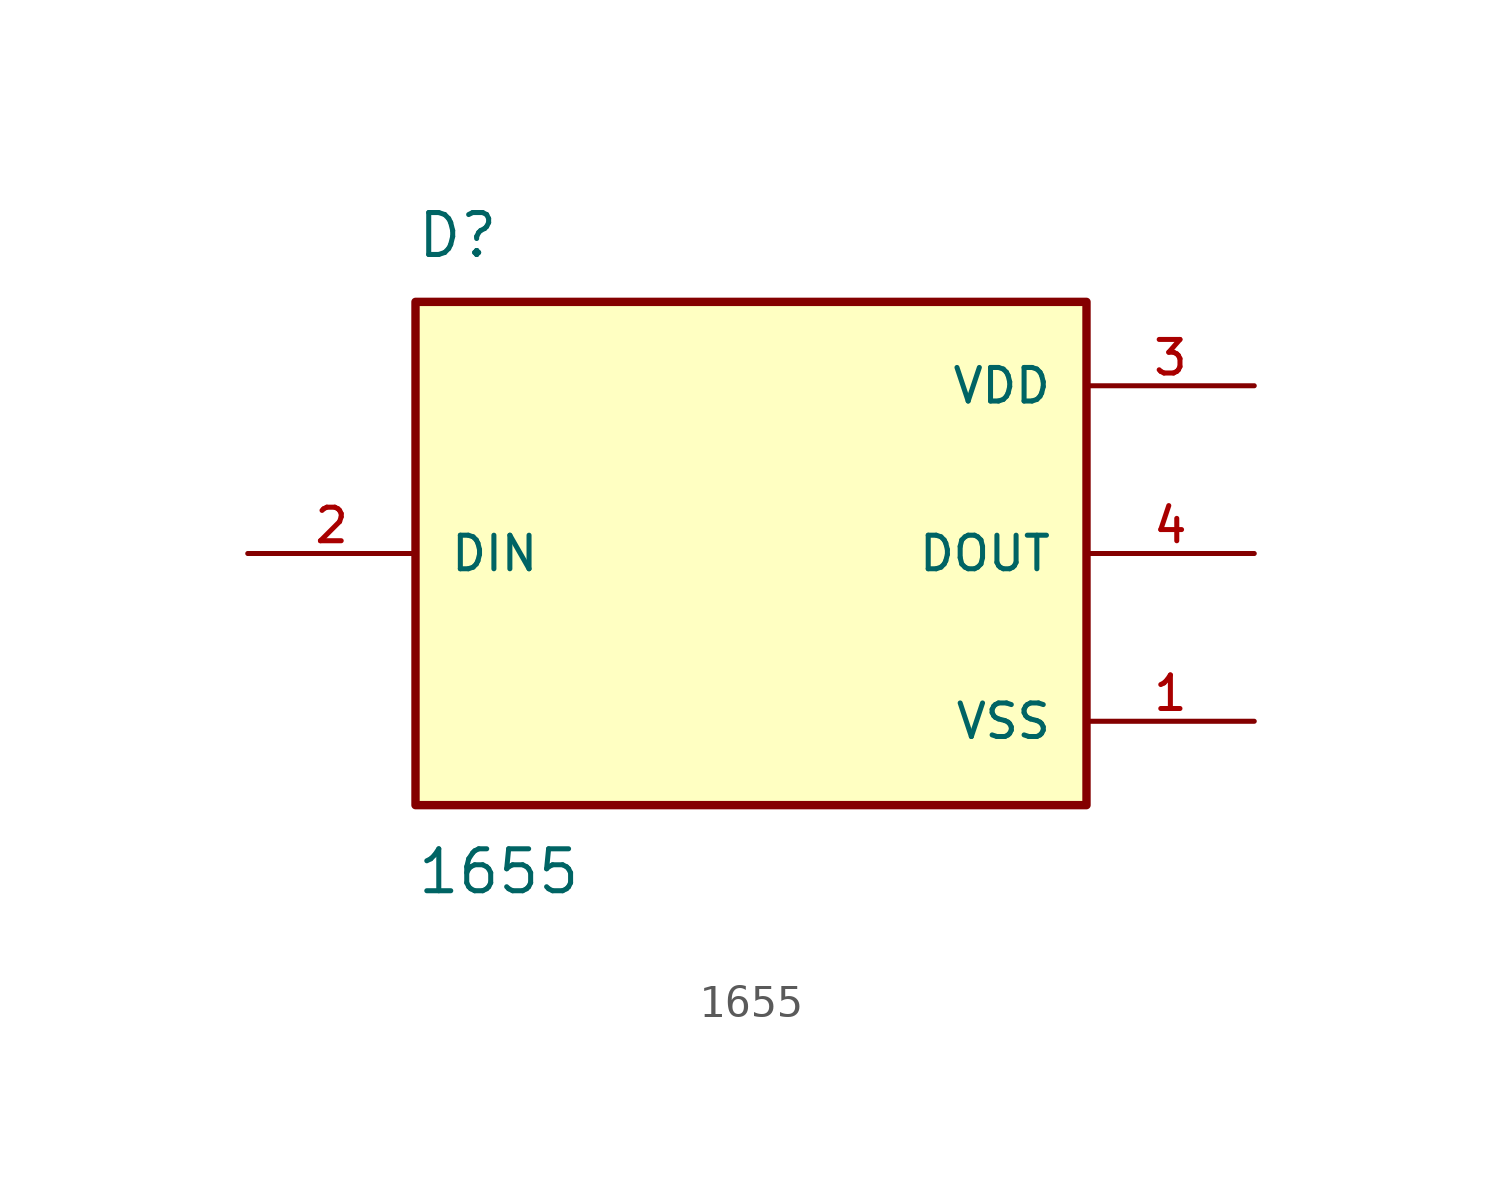
<source format=kicad_sym>
(kicad_symbol_lib
  (version 20211014)
  (generator kicad_symbol_editor)
  (symbol "1655"
    (pin_names
      (offset 1.016))
    (property "Reference" "D"
      (at -10.162 8.892 0)
      (effects (font (size 1.27 1.27)) (justify bottom left)))
    (property "Value" "1655"
      (at -10.16 -8.89 0.0)
      (effects (font (size 1.27 1.27)) (justify top left)))
    (symbol "1655_0_0"
      (rectangle (start -10.16 -7.62) (end 10.16 7.62) (stroke (width 0.254)) (fill (type background)))
      (pin input line (at -15.24 0.0 0) (length 5.08) (name "DIN" (effects (font (size 1.016 1.016)))) (number "2" (effects (font (size 1.016 1.016)))))
      (pin output line (at 15.24 0.0 180.0) (length 5.08) (name "DOUT" (effects (font (size 1.016 1.016)))) (number "4" (effects (font (size 1.016 1.016)))))
      (pin power_in line (at 15.24 5.08 180.0) (length 5.08) (name "VDD" (effects (font (size 1.016 1.016)))) (number "3" (effects (font (size 1.016 1.016)))))
      (pin power_in line (at 15.24 -5.08 180.0) (length 5.08) (name "VSS" (effects (font (size 1.016 1.016)))) (number "1" (effects (font (size 1.016 1.016))))))))
</source>
